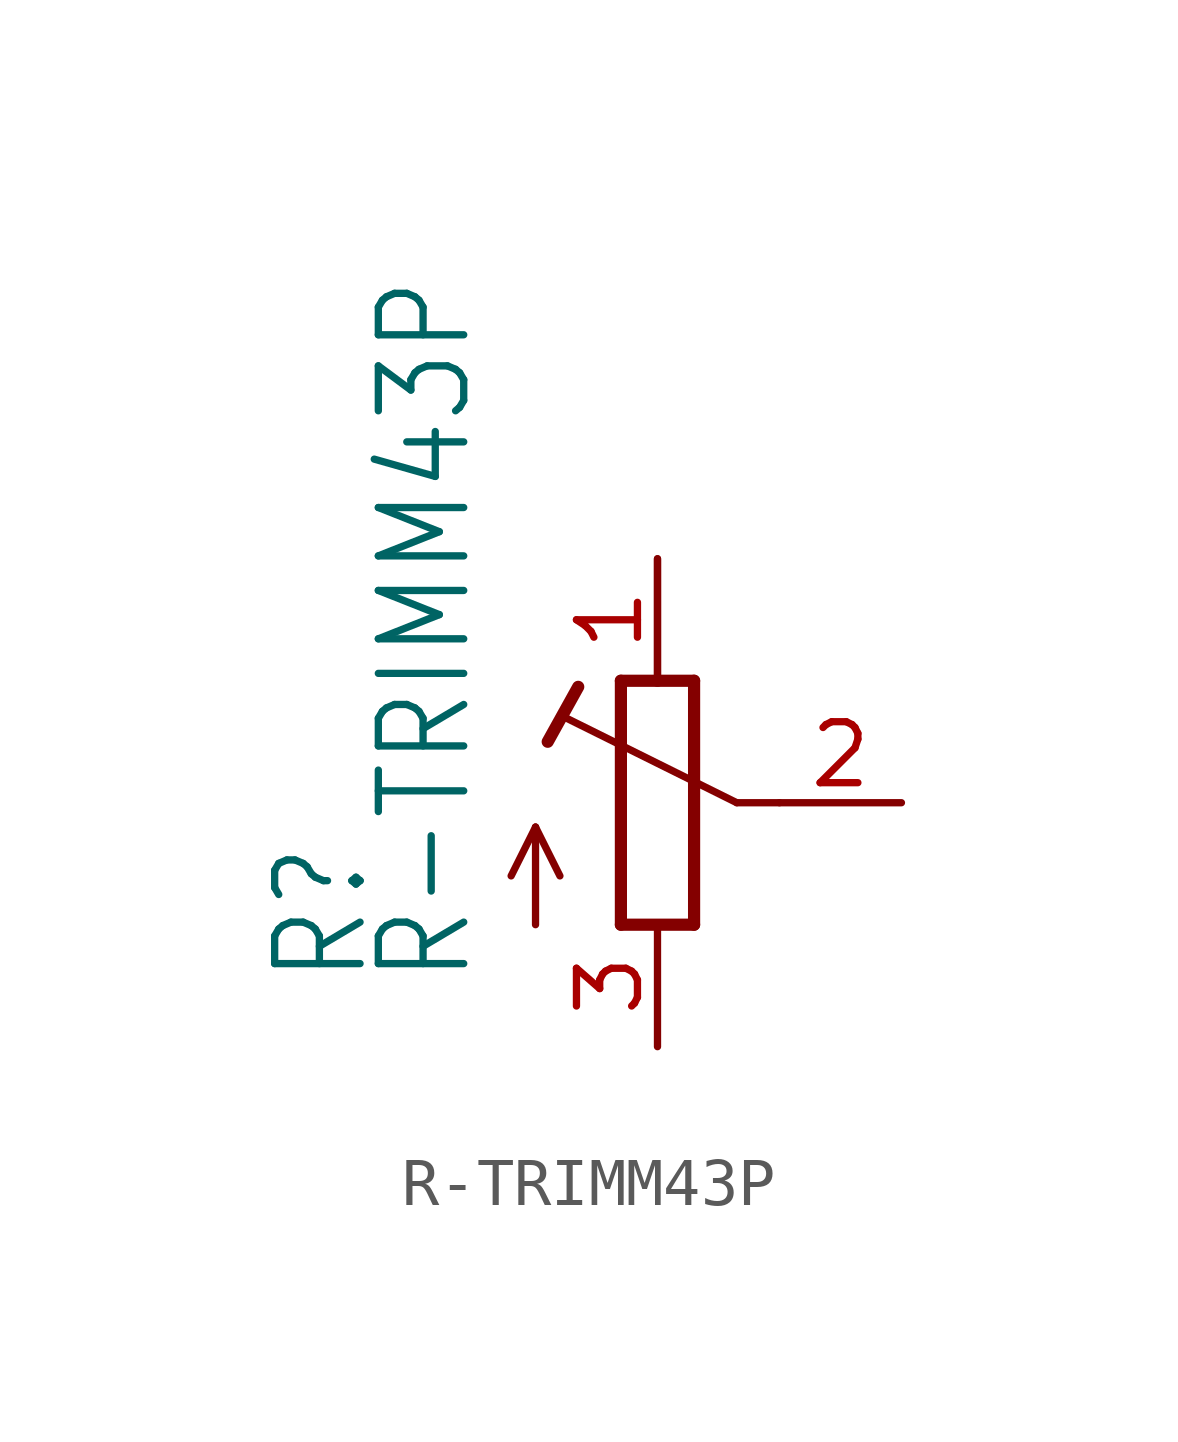
<source format=kicad_sym>
(kicad_symbol_lib
  (version 20220331)
  (generator kicad_symbol_editor)
  (symbol "R-TRIMM43P"
    (property "Reference" "R"
      (at -5.969 -3.81 90)
      (effects (font (size 1.778 1.511)) (justify left bottom)))
    (property "Value" "R-TRIMM43P"
      (at -3.81 -3.81 90)
      (effects (font (size 1.778 1.511)) (justify left bottom)))
    (property "ki_locked" ""
      (at 0 0 0)
      (effects (font (size 1.27 1.27))))
    (symbol "R-TRIMM43P_1_0"
      (polyline (pts (xy -2.54 -2.54) (xy -2.54 -0.508)) (stroke (width 0.152) (type solid)) (fill (type none)))
      (polyline (pts (xy -2.54 -0.508) (xy -3.048 -1.524)) (stroke (width 0.152) (type solid)) (fill (type none)))
      (polyline (pts (xy -2.54 -0.508) (xy -2.032 -1.524)) (stroke (width 0.152) (type solid)) (fill (type none)))
      (polyline (pts (xy -2.286 1.27) (xy -1.651 2.413)) (stroke (width 0.254) (type solid)) (fill (type none)))
      (polyline (pts (xy -0.762 -2.54) (xy 0.762 -2.54)) (stroke (width 0.254) (type solid)) (fill (type none)))
      (polyline (pts (xy -0.762 2.54) (xy -0.762 -2.54)) (stroke (width 0.254) (type solid)) (fill (type none)))
      (polyline (pts (xy 0 2.54) (xy -0.762 2.54)) (stroke (width 0.254) (type solid)) (fill (type none)))
      (polyline (pts (xy 0 2.54) (xy 0 5.08)) (stroke (width 0.152) (type solid)) (fill (type none)))
      (polyline (pts (xy 0.762 -2.54) (xy 0.762 2.54)) (stroke (width 0.254) (type solid)) (fill (type none)))
      (polyline (pts (xy 0.762 2.54) (xy 0 2.54)) (stroke (width 0.254) (type solid)) (fill (type none)))
      (polyline (pts (xy 1.651 0) (xy -1.88 1.753)) (stroke (width 0.152) (type solid)) (fill (type none)))
      (polyline (pts (xy 2.54 0) (xy 1.651 0)) (stroke (width 0.152) (type solid)) (fill (type none)))
      (pin passive line (at 0 5.08 270) (length 2.54) (name "A" (effects (font (size 0 0)))) (number "1" (effects (font (size 1.27 1.27)))))
      (pin passive line (at 5.08 0 180) (length 2.54) (name "S" (effects (font (size 0 0)))) (number "2" (effects (font (size 1.27 1.27)))))
      (pin passive line (at 0 -5.08 90) (length 2.54) (name "E" (effects (font (size 0 0)))) (number "3" (effects (font (size 1.27 1.27))))))))
</source>
